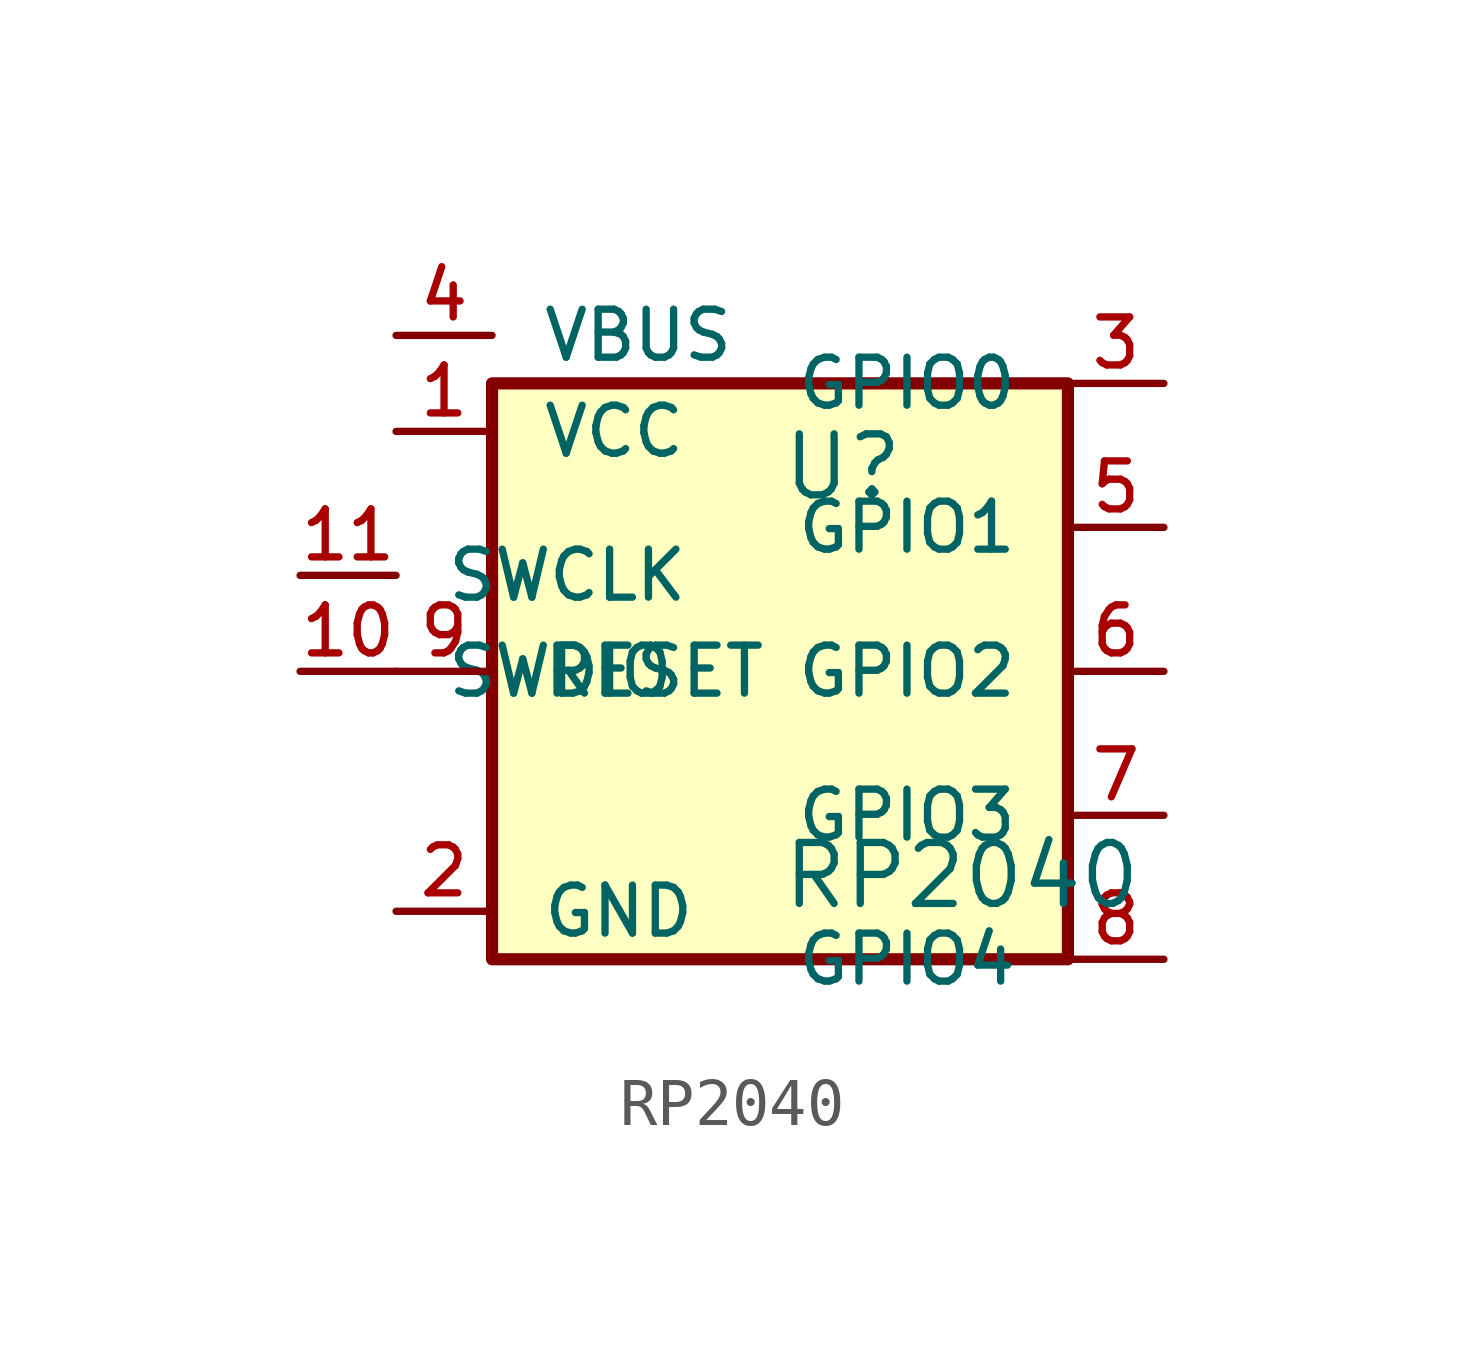
<source format=kicad_sym>
(kicad_symbol_lib
  (version 20211014)
  (generator skidl_minimal)
  (symbol "RP2040"
    (pin_names
      (offset 1.016))
    (property "Reference" "U"
      (at 0 5 0)
      (effects (font (size 1.27 1.27)) (justify top left)))
    (property "Value" "RP2040"
      (at 0 -5 0)
      (effects (font (size 1.27 1.27)) (justify bottom left)))
    (symbol "RP2040_0_0"
      (rectangle (start -6 -6) (end 6 6) (stroke (width 0.254)) (fill (type background)))
      (pin power_in line (at -8 5 0) (length 2) (name "VCC" (effects (font (size 1 1)))) (number "1" (effects (font (size 1 1)))))
      (pin power_in line (at -8 -5 0) (length 2) (name "GND" (effects (font (size 1 1)))) (number "2" (effects (font (size 1 1)))))
      (pin power_in line (at -8 7 0) (length 2) (name "VBUS" (effects (font (size 1 1)))) (number "4" (effects (font (size 1 1)))))
      (pin input line (at -8 0 0) (length 2) (name "RESET" (effects (font (size 1 1)))) (number "9" (effects (font (size 1 1)))))
      (pin bidirectional line (at 8 6 180) (length 2) (name "GPIO0" (effects (font (size 1 1)))) (number "3" (effects (font (size 1 1)))))
      (pin bidirectional line (at 8 3 180) (length 2) (name "GPIO1" (effects (font (size 1 1)))) (number "5" (effects (font (size 1 1)))))
      (pin bidirectional line (at 8 0 180) (length 2) (name "GPIO2" (effects (font (size 1 1)))) (number "6" (effects (font (size 1 1)))))
      (pin bidirectional line (at 8 -3 180) (length 2) (name "GPIO3" (effects (font (size 1 1)))) (number "7" (effects (font (size 1 1)))))
      (pin bidirectional line (at 8 -6 180) (length 2) (name "GPIO4" (effects (font (size 1 1)))) (number "8" (effects (font (size 1 1)))))
      (pin bidirectional line (at -10 0 0) (length 2) (name "SWDIO" (effects (font (size 1 1)))) (number "10" (effects (font (size 1 1)))))
      (pin bidirectional line (at -10 2 0) (length 2) (name "SWCLK" (effects (font (size 1 1)))) (number "11" (effects (font (size 1 1))))))))
</source>
